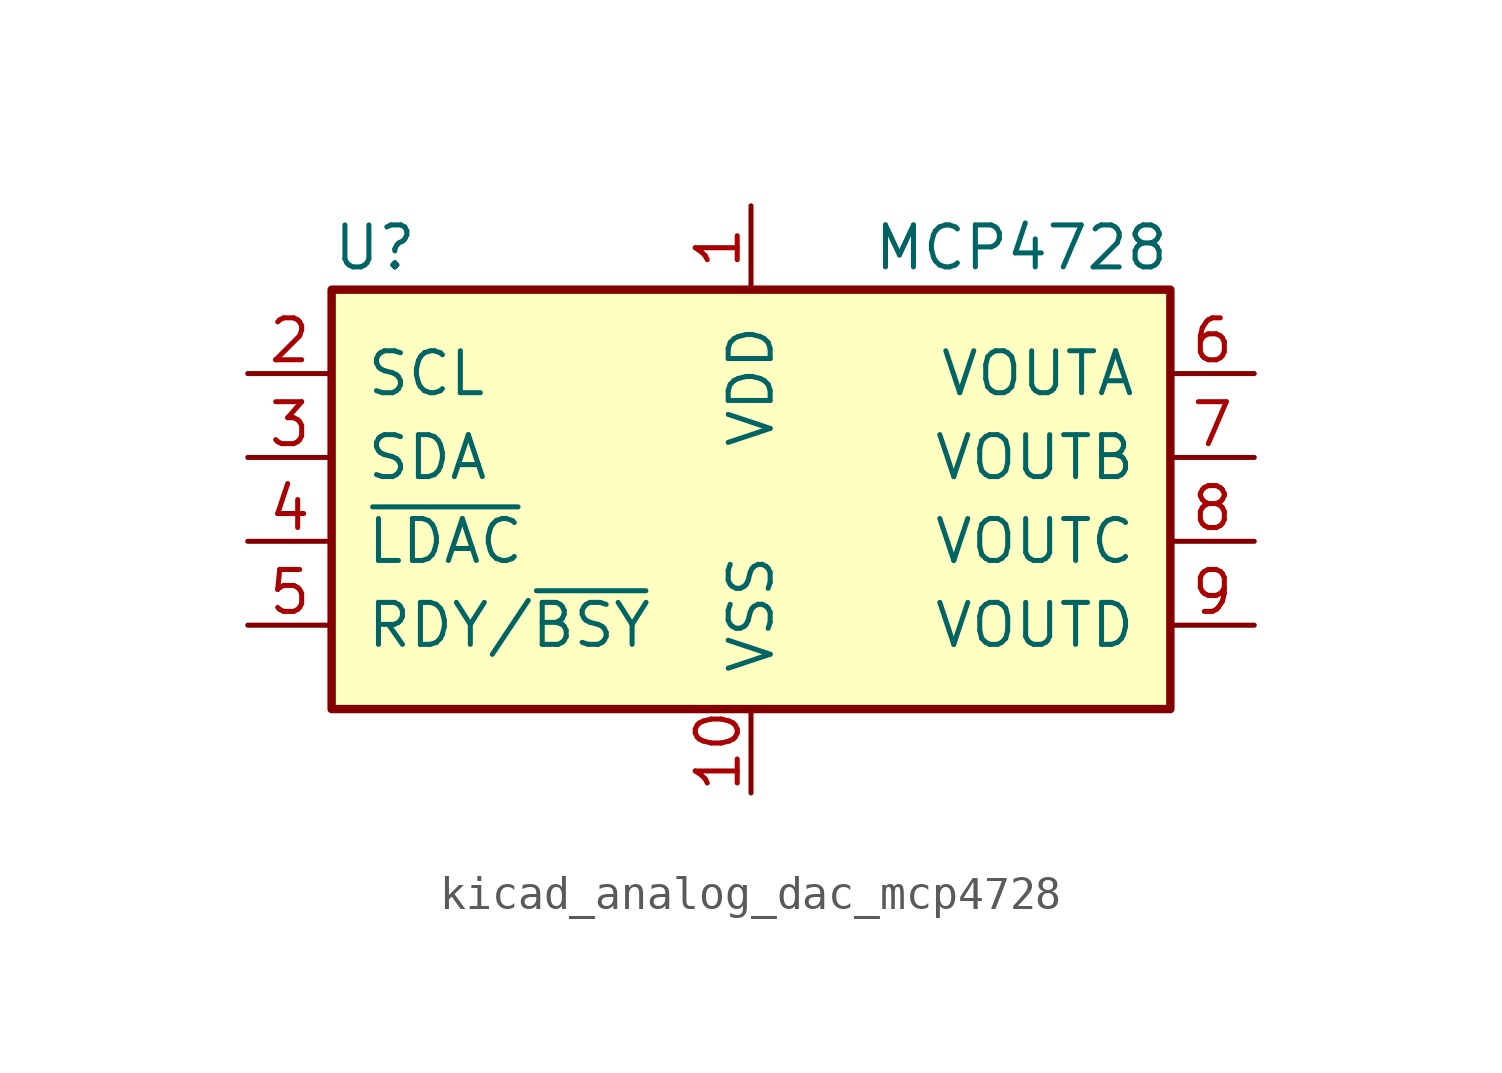
<source format=kicad_sym>
(kicad_symbol_lib
  (version 20220914)
  (generator kicad_symbol_editor)
  (symbol "kicad_analog_dac_mcp4728"
    (pin_names
      (offset 1.016))
    (property "Reference" "U"
      (at -12.7 6.35 0)
      (effects (font (size 1.27 1.27)) (justify left)))
    (property "Value" "MCP4728"
      (at 12.7 6.35 0)
      (effects (font (size 1.27 1.27)) (justify right)))
    (symbol "kicad_analog_dac_mcp4728_0_1"
      (rectangle (start -12.7 5.08) (end 12.7 -7.62) (stroke (width 0.254) (type default)) (fill (type background))))
    (symbol "kicad_analog_dac_mcp4728_1_1"
      (pin power_in line (at 0 7.62 270) (length 2.54) (name "VDD" (effects (font (size 1.27 1.27)))) (number "1" (effects (font (size 1.27 1.27)))))
      (pin power_in line (at 0 -10.16 90) (length 2.54) (name "VSS" (effects (font (size 1.27 1.27)))) (number "10" (effects (font (size 1.27 1.27)))))
      (pin input line (at -15.24 2.54 0) (length 2.54) (name "SCL" (effects (font (size 1.27 1.27)))) (number "2" (effects (font (size 1.27 1.27)))))
      (pin bidirectional line (at -15.24 0 0) (length 2.54) (name "SDA" (effects (font (size 1.27 1.27)))) (number "3" (effects (font (size 1.27 1.27)))))
      (pin input line (at -15.24 -2.54 0) (length 2.54) (name "~{LDAC}" (effects (font (size 1.27 1.27)))) (number "4" (effects (font (size 1.27 1.27)))))
      (pin output line (at -15.24 -5.08 0) (length 2.54) (name "RDY/~{BSY}" (effects (font (size 1.27 1.27)))) (number "5" (effects (font (size 1.27 1.27)))))
      (pin output line (at 15.24 2.54 180) (length 2.54) (name "VOUTA" (effects (font (size 1.27 1.27)))) (number "6" (effects (font (size 1.27 1.27)))))
      (pin output line (at 15.24 0 180) (length 2.54) (name "VOUTB" (effects (font (size 1.27 1.27)))) (number "7" (effects (font (size 1.27 1.27)))))
      (pin output line (at 15.24 -2.54 180) (length 2.54) (name "VOUTC" (effects (font (size 1.27 1.27)))) (number "8" (effects (font (size 1.27 1.27)))))
      (pin output line (at 15.24 -5.08 180) (length 2.54) (name "VOUTD" (effects (font (size 1.27 1.27)))) (number "9" (effects (font (size 1.27 1.27))))))))
</source>
